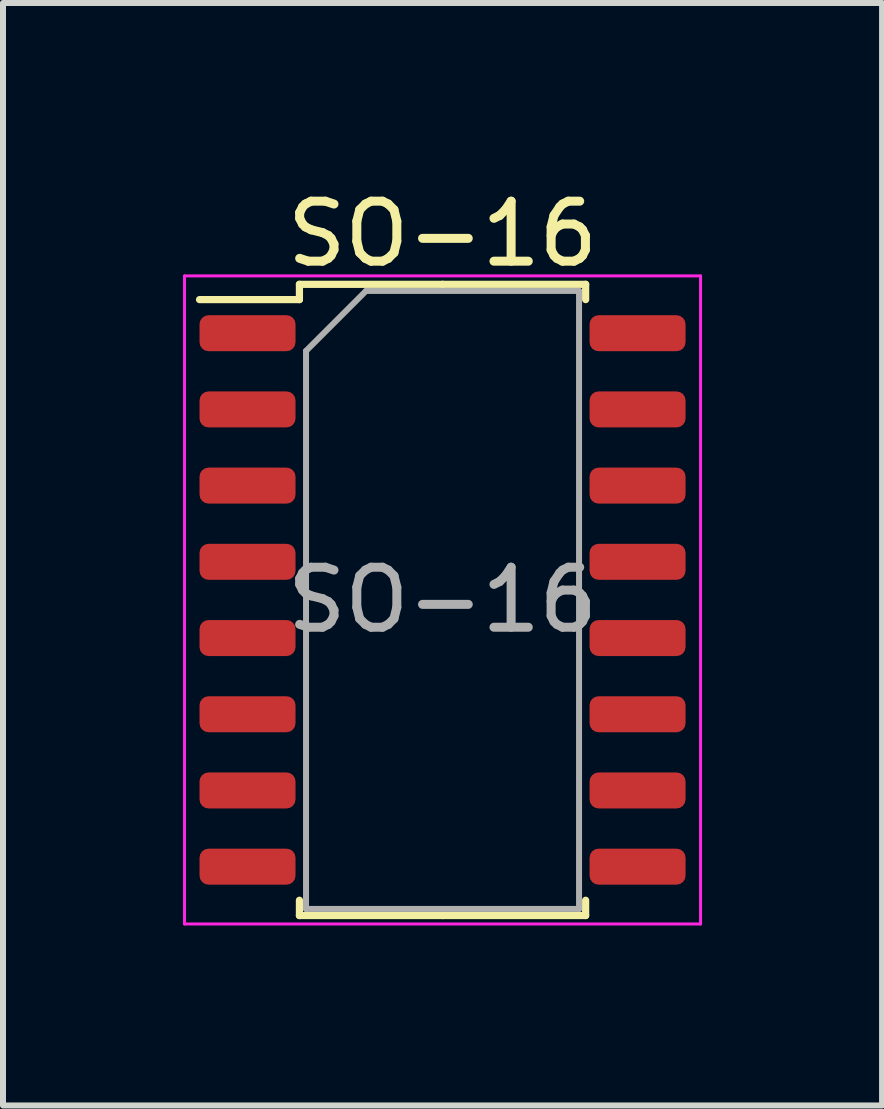
<source format=kicad_pcb>
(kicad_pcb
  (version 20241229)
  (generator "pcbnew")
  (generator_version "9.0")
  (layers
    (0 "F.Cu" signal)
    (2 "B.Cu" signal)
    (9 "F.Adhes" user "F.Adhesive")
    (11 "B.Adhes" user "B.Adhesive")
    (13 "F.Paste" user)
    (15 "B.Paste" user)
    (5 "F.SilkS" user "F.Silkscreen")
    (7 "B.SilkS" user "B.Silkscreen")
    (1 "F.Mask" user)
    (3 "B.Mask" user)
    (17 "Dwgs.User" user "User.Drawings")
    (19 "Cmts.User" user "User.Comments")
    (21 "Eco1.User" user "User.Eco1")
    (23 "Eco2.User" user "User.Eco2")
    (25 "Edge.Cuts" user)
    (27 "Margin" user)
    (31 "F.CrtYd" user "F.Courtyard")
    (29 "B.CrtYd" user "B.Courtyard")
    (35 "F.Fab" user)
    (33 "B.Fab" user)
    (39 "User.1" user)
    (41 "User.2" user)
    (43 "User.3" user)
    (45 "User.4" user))
  (footprint "SO-16"
    (layer "F.Cu")
    (at 4.325 6.948)
    (property "Reference" "SO-16" (at 0 -6.1 0) (layer "F.SilkS") (effects (font (size 1 1) (thickness 0.15))))
    (attr smd)
    (fp_line (start -2.385 -5.26) (end -2.385 -5.005) (stroke (width 0.12) (type solid)) (layer "F.SilkS"))
    (fp_line (start -2.385 -5.005) (end -4.05 -5.005) (stroke (width 0.12) (type solid)) (layer "F.SilkS"))
    (fp_line (start -2.385 5.26) (end -2.385 5.005) (stroke (width 0.12) (type solid)) (layer "F.SilkS"))
    (fp_line (start 0 -5.26) (end -2.385 -5.26) (stroke (width 0.12) (type solid)) (layer "F.SilkS"))
    (fp_line (start 0 -5.26) (end 2.385 -5.26) (stroke (width 0.12) (type solid)) (layer "F.SilkS"))
    (fp_line (start 0 5.26) (end -2.385 5.26) (stroke (width 0.12) (type solid)) (layer "F.SilkS"))
    (fp_line (start 0 5.26) (end 2.385 5.26) (stroke (width 0.12) (type solid)) (layer "F.SilkS"))
    (fp_line (start 2.385 -5.26) (end 2.385 -5.005) (stroke (width 0.12) (type solid)) (layer "F.SilkS"))
    (fp_line (start 2.385 5.26) (end 2.385 5.005) (stroke (width 0.12) (type solid)) (layer "F.SilkS"))
    (fp_line (start -4.3 -5.4) (end -4.3 5.4) (stroke (width 0.05) (type solid)) (layer "F.CrtYd"))
    (fp_line (start -4.3 5.4) (end 4.3 5.4) (stroke (width 0.05) (type solid)) (layer "F.CrtYd"))
    (fp_line (start 4.3 -5.4) (end -4.3 -5.4) (stroke (width 0.05) (type solid)) (layer "F.CrtYd"))
    (fp_line (start 4.3 5.4) (end 4.3 -5.4) (stroke (width 0.05) (type solid)) (layer "F.CrtYd"))
    (fp_line (start -2.275 -4.15) (end -1.275 -5.15) (stroke (width 0.1) (type solid)) (layer "F.Fab"))
    (fp_line (start -2.275 5.15) (end -2.275 -4.15) (stroke (width 0.1) (type solid)) (layer "F.Fab"))
    (fp_line (start -1.275 -5.15) (end 2.275 -5.15) (stroke (width 0.1) (type solid)) (layer "F.Fab"))
    (fp_line (start 2.275 -5.15) (end 2.275 5.15) (stroke (width 0.1) (type solid)) (layer "F.Fab"))
    (fp_line (start 2.275 5.15) (end -2.275 5.15) (stroke (width 0.1) (type solid)) (layer "F.Fab"))
    (fp_text user "${REFERENCE}" (at 0 0 0) (layer "F.Fab") (effects (font (size 1 1) (thickness 0.15))))
    (pad "1" smd roundrect (at -3.25 -4.445) (size 1.6 0.6) (layers "F.Cu" "F.Mask" "F.Paste") (roundrect_rratio 0.25))
    (pad "2" smd roundrect (at -3.25 -3.175) (size 1.6 0.6) (layers "F.Cu" "F.Mask" "F.Paste") (roundrect_rratio 0.25))
    (pad "3" smd roundrect (at -3.25 -1.905) (size 1.6 0.6) (layers "F.Cu" "F.Mask" "F.Paste") (roundrect_rratio 0.25))
    (pad "4" smd roundrect (at -3.25 -0.635) (size 1.6 0.6) (layers "F.Cu" "F.Mask" "F.Paste") (roundrect_rratio 0.25))
    (pad "5" smd roundrect (at -3.25 0.635) (size 1.6 0.6) (layers "F.Cu" "F.Mask" "F.Paste") (roundrect_rratio 0.25))
    (pad "6" smd roundrect (at -3.25 1.905) (size 1.6 0.6) (layers "F.Cu" "F.Mask" "F.Paste") (roundrect_rratio 0.25))
    (pad "7" smd roundrect (at -3.25 3.175) (size 1.6 0.6) (layers "F.Cu" "F.Mask" "F.Paste") (roundrect_rratio 0.25))
    (pad "8" smd roundrect (at -3.25 4.445) (size 1.6 0.6) (layers "F.Cu" "F.Mask" "F.Paste") (roundrect_rratio 0.25))
    (pad "9" smd roundrect (at 3.25 4.445) (size 1.6 0.6) (layers "F.Cu" "F.Mask" "F.Paste") (roundrect_rratio 0.25))
    (pad "10" smd roundrect (at 3.25 3.175) (size 1.6 0.6) (layers "F.Cu" "F.Mask" "F.Paste") (roundrect_rratio 0.25))
    (pad "11" smd roundrect (at 3.25 1.905) (size 1.6 0.6) (layers "F.Cu" "F.Mask" "F.Paste") (roundrect_rratio 0.25))
    (pad "12" smd roundrect (at 3.25 0.635) (size 1.6 0.6) (layers "F.Cu" "F.Mask" "F.Paste") (roundrect_rratio 0.25))
    (pad "13" smd roundrect (at 3.25 -0.635) (size 1.6 0.6) (layers "F.Cu" "F.Mask" "F.Paste") (roundrect_rratio 0.25))
    (pad "14" smd roundrect (at 3.25 -1.905) (size 1.6 0.6) (layers "F.Cu" "F.Mask" "F.Paste") (roundrect_rratio 0.25))
    (pad "15" smd roundrect (at 3.25 -3.175) (size 1.6 0.6) (layers "F.Cu" "F.Mask" "F.Paste") (roundrect_rratio 0.25))
    (pad "16" smd roundrect (at 3.25 -4.445) (size 1.6 0.6) (layers "F.Cu" "F.Mask" "F.Paste") (roundrect_rratio 0.25)))
  (gr_rect
    (start -3 -3)
    (end 11.65 15.373)
    (stroke (width 0.1) (type default))
    (fill no)
    (layer "Edge.Cuts")))
</source>
